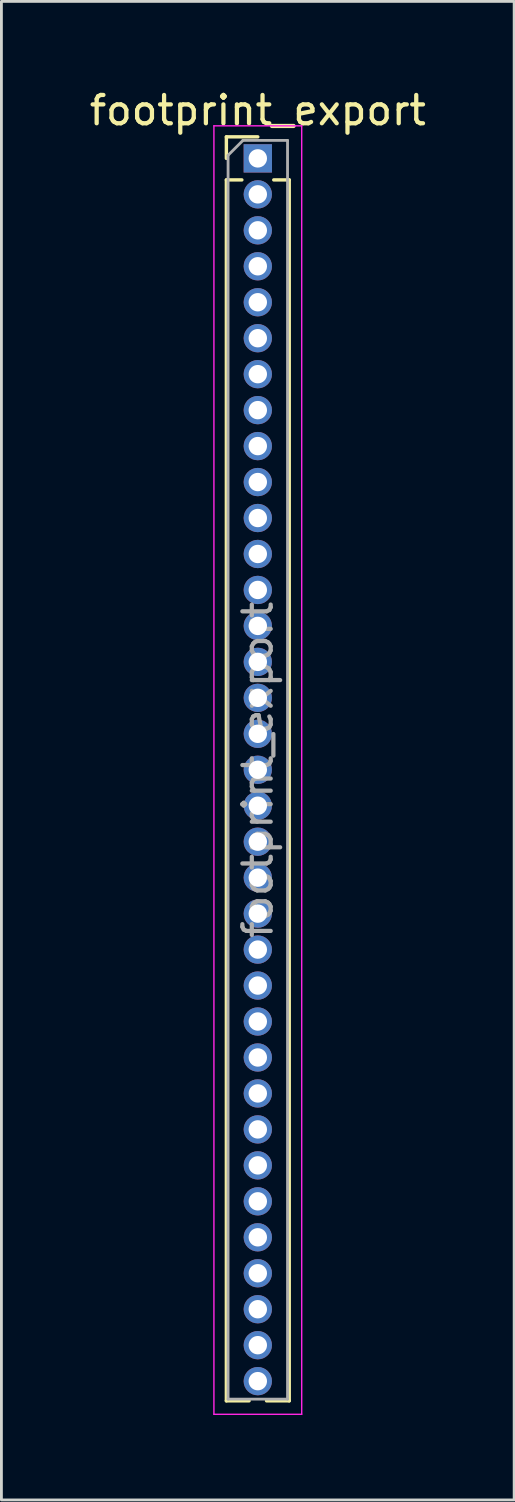
<source format=kicad_pcb>
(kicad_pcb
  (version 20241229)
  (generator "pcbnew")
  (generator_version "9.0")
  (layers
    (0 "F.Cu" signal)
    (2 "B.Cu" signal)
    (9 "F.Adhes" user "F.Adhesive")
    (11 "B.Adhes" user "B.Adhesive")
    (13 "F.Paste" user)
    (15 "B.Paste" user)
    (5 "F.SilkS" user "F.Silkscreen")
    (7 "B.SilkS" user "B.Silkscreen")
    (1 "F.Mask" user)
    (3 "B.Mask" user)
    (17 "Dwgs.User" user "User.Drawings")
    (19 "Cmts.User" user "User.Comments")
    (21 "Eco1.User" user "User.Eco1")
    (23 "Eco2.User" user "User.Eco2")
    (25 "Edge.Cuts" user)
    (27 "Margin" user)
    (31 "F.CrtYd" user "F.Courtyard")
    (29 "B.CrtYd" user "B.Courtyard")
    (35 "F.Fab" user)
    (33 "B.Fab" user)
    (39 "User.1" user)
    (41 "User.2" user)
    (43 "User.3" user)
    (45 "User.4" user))
  (footprint "footprint_export"
    (layer "F.Cu")
    (at 6.054 2.543)
    (property "Reference" "footprint_export" (at 0 -1.695 0) (layer "F.SilkS") (effects (font (size 1 1) (thickness 0.15))))
    (attr through_hole)
    (fp_line (start -1.11 -0.76) (end 0 -0.76) (stroke (width 0.12) (type solid)) (layer "F.SilkS"))
    (fp_line (start -1.11 0) (end -1.11 -0.76) (stroke (width 0.12) (type solid)) (layer "F.SilkS"))
    (fp_line (start -1.11 0.76) (end -1.11 43.875) (stroke (width 0.12) (type solid)) (layer "F.SilkS"))
    (fp_line (start -1.11 0.76) (end -0.563 0.76) (stroke (width 0.12) (type solid)) (layer "F.SilkS"))
    (fp_line (start -1.11 43.875) (end -0.308 43.875) (stroke (width 0.12) (type solid)) (layer "F.SilkS"))
    (fp_line (start 0.308 43.875) (end 1.11 43.875) (stroke (width 0.12) (type solid)) (layer "F.SilkS"))
    (fp_line (start 0.563 0.76) (end 1.11 0.76) (stroke (width 0.12) (type solid)) (layer "F.SilkS"))
    (fp_line (start 1.11 0.76) (end 1.11 43.875) (stroke (width 0.12) (type solid)) (layer "F.SilkS"))
    (fp_line (start -1.55 -1.15) (end -1.55 44.35) (stroke (width 0.05) (type solid)) (layer "F.CrtYd"))
    (fp_line (start -1.55 44.35) (end 1.55 44.35) (stroke (width 0.05) (type solid)) (layer "F.CrtYd"))
    (fp_line (start 1.55 -1.15) (end -1.55 -1.15) (stroke (width 0.05) (type solid)) (layer "F.CrtYd"))
    (fp_line (start 1.55 44.35) (end 1.55 -1.15) (stroke (width 0.05) (type solid)) (layer "F.CrtYd"))
    (fp_line (start -1.05 -0.11) (end -0.525 -0.635) (stroke (width 0.1) (type solid)) (layer "F.Fab"))
    (fp_line (start -1.05 43.815) (end -1.05 -0.11) (stroke (width 0.1) (type solid)) (layer "F.Fab"))
    (fp_line (start -0.525 -0.635) (end 1.05 -0.635) (stroke (width 0.1) (type solid)) (layer "F.Fab"))
    (fp_line (start 1.05 -0.635) (end 1.05 43.815) (stroke (width 0.1) (type solid)) (layer "F.Fab"))
    (fp_line (start 1.05 43.815) (end -1.05 43.815) (stroke (width 0.1) (type solid)) (layer "F.Fab"))
    (fp_text user "${REFERENCE}" (at 0 21.59 90) (layer "F.Fab") (effects (font (size 1 1) (thickness 0.15))))
    (pad "1" thru_hole rect (at 0 0) (size 1 1) (drill 0.65) (layers "*.Cu" "*.Mask"))
    (pad "2" thru_hole oval (at 0 1.27) (size 1 1) (drill 0.65) (layers "*.Cu" "*.Mask"))
    (pad "3" thru_hole oval (at 0 2.54) (size 1 1) (drill 0.65) (layers "*.Cu" "*.Mask"))
    (pad "4" thru_hole oval (at 0 3.81) (size 1 1) (drill 0.65) (layers "*.Cu" "*.Mask"))
    (pad "5" thru_hole oval (at 0 5.08) (size 1 1) (drill 0.65) (layers "*.Cu" "*.Mask"))
    (pad "6" thru_hole oval (at 0 6.35) (size 1 1) (drill 0.65) (layers "*.Cu" "*.Mask"))
    (pad "7" thru_hole oval (at 0 7.62) (size 1 1) (drill 0.65) (layers "*.Cu" "*.Mask"))
    (pad "8" thru_hole oval (at 0 8.89) (size 1 1) (drill 0.65) (layers "*.Cu" "*.Mask"))
    (pad "9" thru_hole oval (at 0 10.16) (size 1 1) (drill 0.65) (layers "*.Cu" "*.Mask"))
    (pad "10" thru_hole oval (at 0 11.43) (size 1 1) (drill 0.65) (layers "*.Cu" "*.Mask"))
    (pad "11" thru_hole oval (at 0 12.7) (size 1 1) (drill 0.65) (layers "*.Cu" "*.Mask"))
    (pad "12" thru_hole oval (at 0 13.97) (size 1 1) (drill 0.65) (layers "*.Cu" "*.Mask"))
    (pad "13" thru_hole oval (at 0 15.24) (size 1 1) (drill 0.65) (layers "*.Cu" "*.Mask"))
    (pad "14" thru_hole oval (at 0 16.51) (size 1 1) (drill 0.65) (layers "*.Cu" "*.Mask"))
    (pad "15" thru_hole oval (at 0 17.78) (size 1 1) (drill 0.65) (layers "*.Cu" "*.Mask"))
    (pad "16" thru_hole oval (at 0 19.05) (size 1 1) (drill 0.65) (layers "*.Cu" "*.Mask"))
    (pad "17" thru_hole oval (at 0 20.32) (size 1 1) (drill 0.65) (layers "*.Cu" "*.Mask"))
    (pad "18" thru_hole oval (at 0 21.59) (size 1 1) (drill 0.65) (layers "*.Cu" "*.Mask"))
    (pad "19" thru_hole oval (at 0 22.86) (size 1 1) (drill 0.65) (layers "*.Cu" "*.Mask"))
    (pad "20" thru_hole oval (at 0 24.13) (size 1 1) (drill 0.65) (layers "*.Cu" "*.Mask"))
    (pad "21" thru_hole oval (at 0 25.4) (size 1 1) (drill 0.65) (layers "*.Cu" "*.Mask"))
    (pad "22" thru_hole oval (at 0 26.67) (size 1 1) (drill 0.65) (layers "*.Cu" "*.Mask"))
    (pad "23" thru_hole oval (at 0 27.94) (size 1 1) (drill 0.65) (layers "*.Cu" "*.Mask"))
    (pad "24" thru_hole oval (at 0 29.21) (size 1 1) (drill 0.65) (layers "*.Cu" "*.Mask"))
    (pad "25" thru_hole oval (at 0 30.48) (size 1 1) (drill 0.65) (layers "*.Cu" "*.Mask"))
    (pad "26" thru_hole oval (at 0 31.75) (size 1 1) (drill 0.65) (layers "*.Cu" "*.Mask"))
    (pad "27" thru_hole oval (at 0 33.02) (size 1 1) (drill 0.65) (layers "*.Cu" "*.Mask"))
    (pad "28" thru_hole oval (at 0 34.29) (size 1 1) (drill 0.65) (layers "*.Cu" "*.Mask"))
    (pad "29" thru_hole oval (at 0 35.56) (size 1 1) (drill 0.65) (layers "*.Cu" "*.Mask"))
    (pad "30" thru_hole oval (at 0 36.83) (size 1 1) (drill 0.65) (layers "*.Cu" "*.Mask"))
    (pad "31" thru_hole oval (at 0 38.1) (size 1 1) (drill 0.65) (layers "*.Cu" "*.Mask"))
    (pad "32" thru_hole oval (at 0 39.37) (size 1 1) (drill 0.65) (layers "*.Cu" "*.Mask"))
    (pad "33" thru_hole oval (at 0 40.64) (size 1 1) (drill 0.65) (layers "*.Cu" "*.Mask"))
    (pad "34" thru_hole oval (at 0 41.91) (size 1 1) (drill 0.65) (layers "*.Cu" "*.Mask"))
    (pad "35" thru_hole oval (at 0 43.18) (size 1 1) (drill 0.65) (layers "*.Cu" "*.Mask")))
  (gr_rect
    (start -3 -3)
    (end 15.107 49.918)
    (stroke (width 0.1) (type default))
    (fill no)
    (layer "Edge.Cuts")))
</source>
